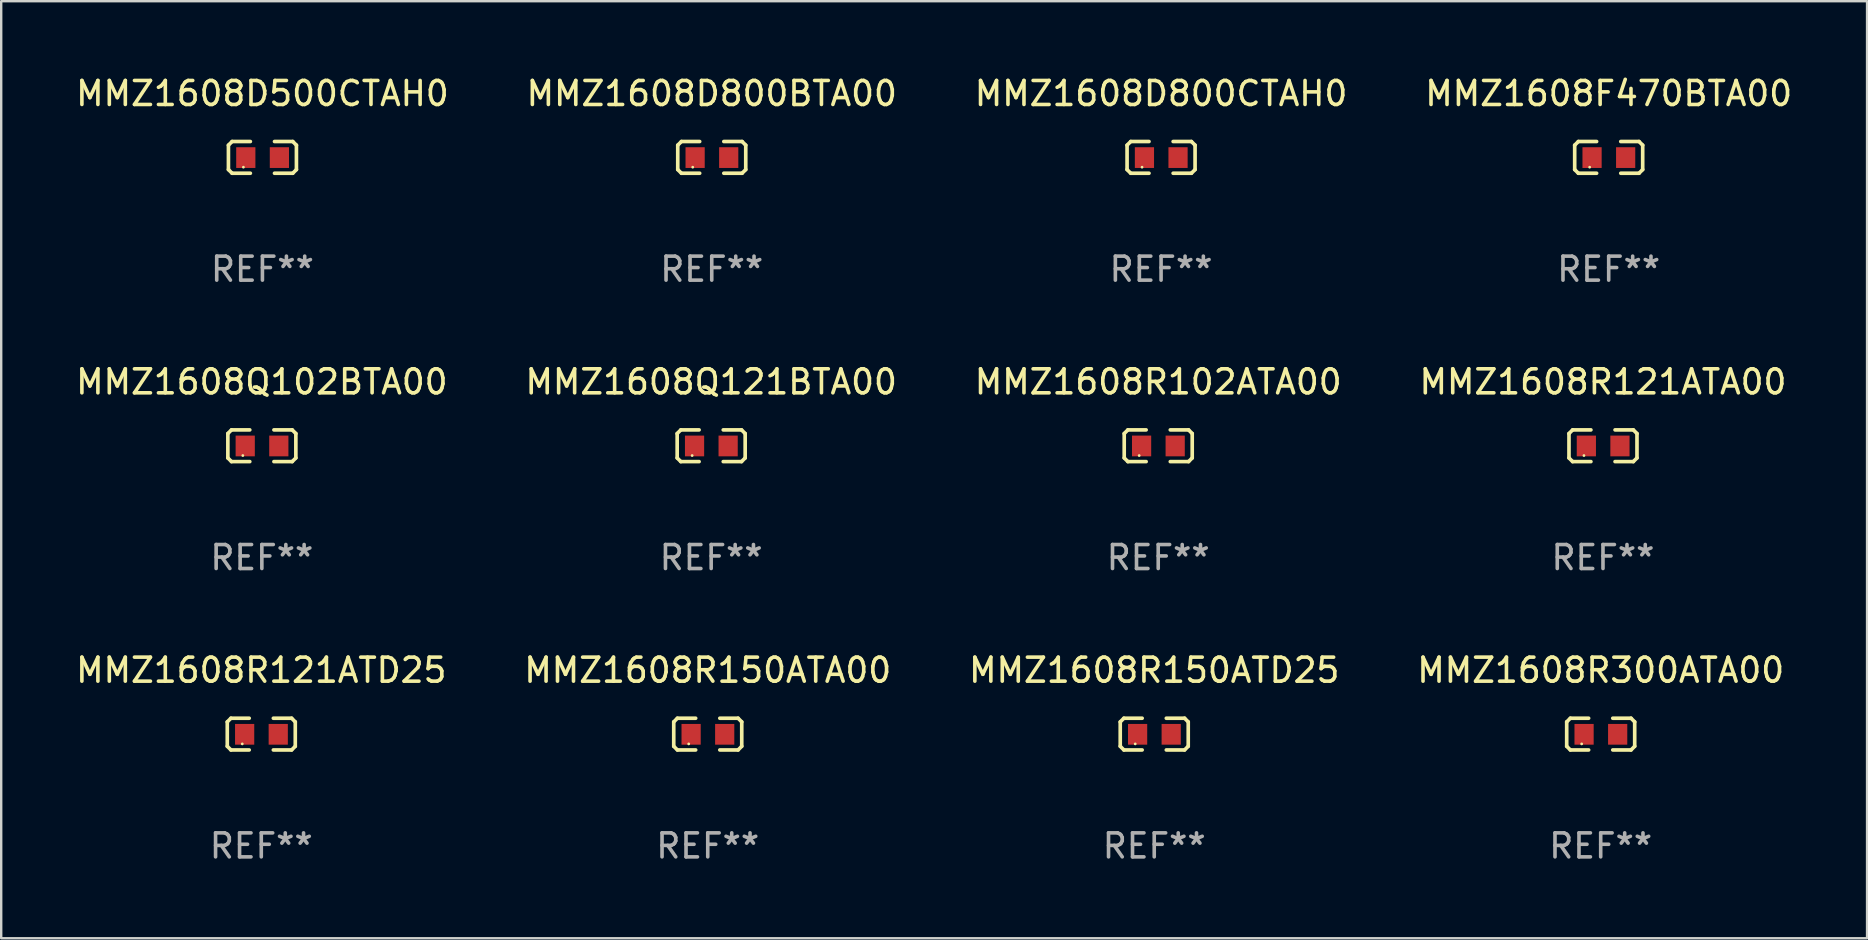
<source format=kicad_pcb>
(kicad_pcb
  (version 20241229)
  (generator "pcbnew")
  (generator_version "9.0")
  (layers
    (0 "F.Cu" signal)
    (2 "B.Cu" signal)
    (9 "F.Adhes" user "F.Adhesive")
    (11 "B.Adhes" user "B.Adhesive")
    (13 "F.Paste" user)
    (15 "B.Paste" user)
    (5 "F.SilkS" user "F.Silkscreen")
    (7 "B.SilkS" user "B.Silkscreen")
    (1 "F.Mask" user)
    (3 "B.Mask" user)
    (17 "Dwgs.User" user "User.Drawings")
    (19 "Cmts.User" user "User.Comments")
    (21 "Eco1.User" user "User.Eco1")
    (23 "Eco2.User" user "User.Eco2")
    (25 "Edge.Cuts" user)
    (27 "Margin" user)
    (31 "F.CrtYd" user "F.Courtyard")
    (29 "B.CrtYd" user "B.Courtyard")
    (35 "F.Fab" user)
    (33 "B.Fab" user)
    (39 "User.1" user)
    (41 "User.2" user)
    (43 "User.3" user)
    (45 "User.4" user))
  (footprint "MMZ1608R150ATA00"
    (layer "F.Cu")
    (at 26.446 27.544)
    (property "Reference" "MMZ1608R150ATA00" (at 0 -2.661 0) (layer "F.SilkS") (effects (font (size 1 1) (thickness 0.15))))
    (attr through_hole)
    (fp_line (start -1.417 -0.508) (end -1.265 -0.661) (stroke (width 0.152) (type solid)) (layer "F.SilkS"))
    (fp_line (start -1.417 0.508) (end -1.417 -0.508) (stroke (width 0.152) (type solid)) (layer "F.SilkS"))
    (fp_line (start -1.265 -0.661) (end -0.503 -0.661) (stroke (width 0.152) (type solid)) (layer "F.SilkS"))
    (fp_line (start -1.265 0.661) (end -1.417 0.508) (stroke (width 0.152) (type solid)) (layer "F.SilkS"))
    (fp_line (start -1.265 0.661) (end -0.503 0.661) (stroke (width 0.152) (type solid)) (layer "F.SilkS"))
    (fp_line (start 1.265 -0.661) (end 0.503 -0.661) (stroke (width 0.152) (type solid)) (layer "F.SilkS"))
    (fp_line (start 1.265 -0.661) (end 1.417 -0.508) (stroke (width 0.152) (type solid)) (layer "F.SilkS"))
    (fp_line (start 1.265 0.661) (end 0.503 0.661) (stroke (width 0.152) (type solid)) (layer "F.SilkS"))
    (fp_line (start 1.417 -0.508) (end 1.417 0.508) (stroke (width 0.152) (type solid)) (layer "F.SilkS"))
    (fp_line (start 1.417 0.508) (end 1.265 0.661) (stroke (width 0.152) (type solid)) (layer "F.SilkS"))
    (fp_circle (center -0.793 0.409) (end -0.763 0.409) (stroke (width 0.06) (type solid)) (fill no) (layer "F.SilkS"))
    (fp_text user "REF**" (at 0 4.661 0) (layer "F.Fab") (effects (font (size 1 1) (thickness 0.15))))
    (pad "1" smd rect (at -0.693 0.009 180) (size 0.8 0.864) (layers "F.Cu" "F.Mask" "F.Paste"))
    (pad "2" smd rect (at 0.707 0.009 180) (size 0.8 0.864) (layers "F.Cu" "F.Mask" "F.Paste")))
  (footprint "MMZ1608D800CTAH0"
    (layer "F.Cu")
    (at 45.339 3.509)
    (property "Reference" "MMZ1608D800CTAH0" (at 0 -2.661 0) (layer "F.SilkS") (effects (font (size 1 1) (thickness 0.15))))
    (attr through_hole)
    (fp_line (start -1.417 -0.508) (end -1.265 -0.661) (stroke (width 0.152) (type solid)) (layer "F.SilkS"))
    (fp_line (start -1.417 0.508) (end -1.417 -0.508) (stroke (width 0.152) (type solid)) (layer "F.SilkS"))
    (fp_line (start -1.265 -0.661) (end -0.503 -0.661) (stroke (width 0.152) (type solid)) (layer "F.SilkS"))
    (fp_line (start -1.265 0.661) (end -1.417 0.508) (stroke (width 0.152) (type solid)) (layer "F.SilkS"))
    (fp_line (start -1.265 0.661) (end -0.503 0.661) (stroke (width 0.152) (type solid)) (layer "F.SilkS"))
    (fp_line (start 1.265 -0.661) (end 0.503 -0.661) (stroke (width 0.152) (type solid)) (layer "F.SilkS"))
    (fp_line (start 1.265 -0.661) (end 1.417 -0.508) (stroke (width 0.152) (type solid)) (layer "F.SilkS"))
    (fp_line (start 1.265 0.661) (end 0.503 0.661) (stroke (width 0.152) (type solid)) (layer "F.SilkS"))
    (fp_line (start 1.417 -0.508) (end 1.417 0.508) (stroke (width 0.152) (type solid)) (layer "F.SilkS"))
    (fp_line (start 1.417 0.508) (end 1.265 0.661) (stroke (width 0.152) (type solid)) (layer "F.SilkS"))
    (fp_circle (center -0.793 0.409) (end -0.763 0.409) (stroke (width 0.06) (type solid)) (fill no) (layer "F.SilkS"))
    (fp_text user "REF**" (at 0 4.661 0) (layer "F.Fab") (effects (font (size 1 1) (thickness 0.15))))
    (pad "1" smd rect (at -0.693 0.009 180) (size 0.8 0.864) (layers "F.Cu" "F.Mask" "F.Paste"))
    (pad "2" smd rect (at 0.707 0.009 180) (size 0.8 0.864) (layers "F.Cu" "F.Mask" "F.Paste")))
  (footprint "MMZ1608Q102BTA00"
    (layer "F.Cu")
    (at 7.863 15.527)
    (property "Reference" "MMZ1608Q102BTA00" (at 0 -2.661 0) (layer "F.SilkS") (effects (font (size 1 1) (thickness 0.15))))
    (attr through_hole)
    (fp_line (start -1.417 -0.508) (end -1.265 -0.661) (stroke (width 0.152) (type solid)) (layer "F.SilkS"))
    (fp_line (start -1.417 0.508) (end -1.417 -0.508) (stroke (width 0.152) (type solid)) (layer "F.SilkS"))
    (fp_line (start -1.265 -0.661) (end -0.503 -0.661) (stroke (width 0.152) (type solid)) (layer "F.SilkS"))
    (fp_line (start -1.265 0.661) (end -1.417 0.508) (stroke (width 0.152) (type solid)) (layer "F.SilkS"))
    (fp_line (start -1.265 0.661) (end -0.503 0.661) (stroke (width 0.152) (type solid)) (layer "F.SilkS"))
    (fp_line (start 1.265 -0.661) (end 0.503 -0.661) (stroke (width 0.152) (type solid)) (layer "F.SilkS"))
    (fp_line (start 1.265 -0.661) (end 1.417 -0.508) (stroke (width 0.152) (type solid)) (layer "F.SilkS"))
    (fp_line (start 1.265 0.661) (end 0.503 0.661) (stroke (width 0.152) (type solid)) (layer "F.SilkS"))
    (fp_line (start 1.417 -0.508) (end 1.417 0.508) (stroke (width 0.152) (type solid)) (layer "F.SilkS"))
    (fp_line (start 1.417 0.508) (end 1.265 0.661) (stroke (width 0.152) (type solid)) (layer "F.SilkS"))
    (fp_circle (center -0.793 0.409) (end -0.763 0.409) (stroke (width 0.06) (type solid)) (fill no) (layer "F.SilkS"))
    (fp_text user "REF**" (at 0 4.661 0) (layer "F.Fab") (effects (font (size 1 1) (thickness 0.15))))
    (pad "1" smd rect (at -0.693 0.009 180) (size 0.8 0.864) (layers "F.Cu" "F.Mask" "F.Paste"))
    (pad "2" smd rect (at 0.707 0.009 180) (size 0.8 0.864) (layers "F.Cu" "F.Mask" "F.Paste")))
  (footprint "MMZ1608R121ATA00"
    (layer "F.Cu")
    (at 63.756 15.527)
    (property "Reference" "MMZ1608R121ATA00" (at 0 -2.661 0) (layer "F.SilkS") (effects (font (size 1 1) (thickness 0.15))))
    (attr through_hole)
    (fp_line (start -1.417 -0.508) (end -1.265 -0.661) (stroke (width 0.152) (type solid)) (layer "F.SilkS"))
    (fp_line (start -1.417 0.508) (end -1.417 -0.508) (stroke (width 0.152) (type solid)) (layer "F.SilkS"))
    (fp_line (start -1.265 -0.661) (end -0.503 -0.661) (stroke (width 0.152) (type solid)) (layer "F.SilkS"))
    (fp_line (start -1.265 0.661) (end -1.417 0.508) (stroke (width 0.152) (type solid)) (layer "F.SilkS"))
    (fp_line (start -1.265 0.661) (end -0.503 0.661) (stroke (width 0.152) (type solid)) (layer "F.SilkS"))
    (fp_line (start 1.265 -0.661) (end 0.503 -0.661) (stroke (width 0.152) (type solid)) (layer "F.SilkS"))
    (fp_line (start 1.265 -0.661) (end 1.417 -0.508) (stroke (width 0.152) (type solid)) (layer "F.SilkS"))
    (fp_line (start 1.265 0.661) (end 0.503 0.661) (stroke (width 0.152) (type solid)) (layer "F.SilkS"))
    (fp_line (start 1.417 -0.508) (end 1.417 0.508) (stroke (width 0.152) (type solid)) (layer "F.SilkS"))
    (fp_line (start 1.417 0.508) (end 1.265 0.661) (stroke (width 0.152) (type solid)) (layer "F.SilkS"))
    (fp_circle (center -0.793 0.409) (end -0.763 0.409) (stroke (width 0.06) (type solid)) (fill no) (layer "F.SilkS"))
    (fp_text user "REF**" (at 0 4.661 0) (layer "F.Fab") (effects (font (size 1 1) (thickness 0.15))))
    (pad "1" smd rect (at -0.693 0.009 180) (size 0.8 0.864) (layers "F.Cu" "F.Mask" "F.Paste"))
    (pad "2" smd rect (at 0.707 0.009 180) (size 0.8 0.864) (layers "F.Cu" "F.Mask" "F.Paste")))
  (footprint "MMZ1608D800BTA00"
    (layer "F.Cu")
    (at 26.613 3.509)
    (property "Reference" "MMZ1608D800BTA00" (at 0 -2.661 0) (layer "F.SilkS") (effects (font (size 1 1) (thickness 0.15))))
    (attr through_hole)
    (fp_line (start -1.417 -0.508) (end -1.265 -0.661) (stroke (width 0.152) (type solid)) (layer "F.SilkS"))
    (fp_line (start -1.417 0.508) (end -1.417 -0.508) (stroke (width 0.152) (type solid)) (layer "F.SilkS"))
    (fp_line (start -1.265 -0.661) (end -0.503 -0.661) (stroke (width 0.152) (type solid)) (layer "F.SilkS"))
    (fp_line (start -1.265 0.661) (end -1.417 0.508) (stroke (width 0.152) (type solid)) (layer "F.SilkS"))
    (fp_line (start -1.265 0.661) (end -0.503 0.661) (stroke (width 0.152) (type solid)) (layer "F.SilkS"))
    (fp_line (start 1.265 -0.661) (end 0.503 -0.661) (stroke (width 0.152) (type solid)) (layer "F.SilkS"))
    (fp_line (start 1.265 -0.661) (end 1.417 -0.508) (stroke (width 0.152) (type solid)) (layer "F.SilkS"))
    (fp_line (start 1.265 0.661) (end 0.503 0.661) (stroke (width 0.152) (type solid)) (layer "F.SilkS"))
    (fp_line (start 1.417 -0.508) (end 1.417 0.508) (stroke (width 0.152) (type solid)) (layer "F.SilkS"))
    (fp_line (start 1.417 0.508) (end 1.265 0.661) (stroke (width 0.152) (type solid)) (layer "F.SilkS"))
    (fp_circle (center -0.793 0.409) (end -0.763 0.409) (stroke (width 0.06) (type solid)) (fill no) (layer "F.SilkS"))
    (fp_text user "REF**" (at 0 4.661 0) (layer "F.Fab") (effects (font (size 1 1) (thickness 0.15))))
    (pad "1" smd rect (at -0.693 0.009 180) (size 0.8 0.864) (layers "F.Cu" "F.Mask" "F.Paste"))
    (pad "2" smd rect (at 0.707 0.009 180) (size 0.8 0.864) (layers "F.Cu" "F.Mask" "F.Paste")))
  (footprint "MMZ1608F470BTA00"
    (layer "F.Cu")
    (at 63.994 3.509)
    (property "Reference" "MMZ1608F470BTA00" (at 0 -2.661 0) (layer "F.SilkS") (effects (font (size 1 1) (thickness 0.15))))
    (attr through_hole)
    (fp_line (start -1.417 -0.508) (end -1.265 -0.661) (stroke (width 0.152) (type solid)) (layer "F.SilkS"))
    (fp_line (start -1.417 0.508) (end -1.417 -0.508) (stroke (width 0.152) (type solid)) (layer "F.SilkS"))
    (fp_line (start -1.265 -0.661) (end -0.503 -0.661) (stroke (width 0.152) (type solid)) (layer "F.SilkS"))
    (fp_line (start -1.265 0.661) (end -1.417 0.508) (stroke (width 0.152) (type solid)) (layer "F.SilkS"))
    (fp_line (start -1.265 0.661) (end -0.503 0.661) (stroke (width 0.152) (type solid)) (layer "F.SilkS"))
    (fp_line (start 1.265 -0.661) (end 0.503 -0.661) (stroke (width 0.152) (type solid)) (layer "F.SilkS"))
    (fp_line (start 1.265 -0.661) (end 1.417 -0.508) (stroke (width 0.152) (type solid)) (layer "F.SilkS"))
    (fp_line (start 1.265 0.661) (end 0.503 0.661) (stroke (width 0.152) (type solid)) (layer "F.SilkS"))
    (fp_line (start 1.417 -0.508) (end 1.417 0.508) (stroke (width 0.152) (type solid)) (layer "F.SilkS"))
    (fp_line (start 1.417 0.508) (end 1.265 0.661) (stroke (width 0.152) (type solid)) (layer "F.SilkS"))
    (fp_circle (center -0.793 0.409) (end -0.763 0.409) (stroke (width 0.06) (type solid)) (fill no) (layer "F.SilkS"))
    (fp_text user "REF**" (at 0 4.661 0) (layer "F.Fab") (effects (font (size 1 1) (thickness 0.15))))
    (pad "1" smd rect (at -0.693 0.009 180) (size 0.8 0.864) (layers "F.Cu" "F.Mask" "F.Paste"))
    (pad "2" smd rect (at 0.707 0.009 180) (size 0.8 0.864) (layers "F.Cu" "F.Mask" "F.Paste")))
  (footprint "MMZ1608R102ATA00"
    (layer "F.Cu")
    (at 45.22 15.527)
    (property "Reference" "MMZ1608R102ATA00" (at 0 -2.661 0) (layer "F.SilkS") (effects (font (size 1 1) (thickness 0.15))))
    (attr through_hole)
    (fp_line (start -1.417 -0.508) (end -1.265 -0.661) (stroke (width 0.152) (type solid)) (layer "F.SilkS"))
    (fp_line (start -1.417 0.508) (end -1.417 -0.508) (stroke (width 0.152) (type solid)) (layer "F.SilkS"))
    (fp_line (start -1.265 -0.661) (end -0.503 -0.661) (stroke (width 0.152) (type solid)) (layer "F.SilkS"))
    (fp_line (start -1.265 0.661) (end -1.417 0.508) (stroke (width 0.152) (type solid)) (layer "F.SilkS"))
    (fp_line (start -1.265 0.661) (end -0.503 0.661) (stroke (width 0.152) (type solid)) (layer "F.SilkS"))
    (fp_line (start 1.265 -0.661) (end 0.503 -0.661) (stroke (width 0.152) (type solid)) (layer "F.SilkS"))
    (fp_line (start 1.265 -0.661) (end 1.417 -0.508) (stroke (width 0.152) (type solid)) (layer "F.SilkS"))
    (fp_line (start 1.265 0.661) (end 0.503 0.661) (stroke (width 0.152) (type solid)) (layer "F.SilkS"))
    (fp_line (start 1.417 -0.508) (end 1.417 0.508) (stroke (width 0.152) (type solid)) (layer "F.SilkS"))
    (fp_line (start 1.417 0.508) (end 1.265 0.661) (stroke (width 0.152) (type solid)) (layer "F.SilkS"))
    (fp_circle (center -0.793 0.409) (end -0.763 0.409) (stroke (width 0.06) (type solid)) (fill no) (layer "F.SilkS"))
    (fp_text user "REF**" (at 0 4.661 0) (layer "F.Fab") (effects (font (size 1 1) (thickness 0.15))))
    (pad "1" smd rect (at -0.693 0.009 180) (size 0.8 0.864) (layers "F.Cu" "F.Mask" "F.Paste"))
    (pad "2" smd rect (at 0.707 0.009 180) (size 0.8 0.864) (layers "F.Cu" "F.Mask" "F.Paste")))
  (footprint "MMZ1608R150ATD25"
    (layer "F.Cu")
    (at 45.054 27.544)
    (property "Reference" "MMZ1608R150ATD25" (at 0 -2.661 0) (layer "F.SilkS") (effects (font (size 1 1) (thickness 0.15))))
    (attr through_hole)
    (fp_line (start -1.417 -0.508) (end -1.265 -0.661) (stroke (width 0.152) (type solid)) (layer "F.SilkS"))
    (fp_line (start -1.417 0.508) (end -1.417 -0.508) (stroke (width 0.152) (type solid)) (layer "F.SilkS"))
    (fp_line (start -1.265 -0.661) (end -0.503 -0.661) (stroke (width 0.152) (type solid)) (layer "F.SilkS"))
    (fp_line (start -1.265 0.661) (end -1.417 0.508) (stroke (width 0.152) (type solid)) (layer "F.SilkS"))
    (fp_line (start -1.265 0.661) (end -0.503 0.661) (stroke (width 0.152) (type solid)) (layer "F.SilkS"))
    (fp_line (start 1.265 -0.661) (end 0.503 -0.661) (stroke (width 0.152) (type solid)) (layer "F.SilkS"))
    (fp_line (start 1.265 -0.661) (end 1.417 -0.508) (stroke (width 0.152) (type solid)) (layer "F.SilkS"))
    (fp_line (start 1.265 0.661) (end 0.503 0.661) (stroke (width 0.152) (type solid)) (layer "F.SilkS"))
    (fp_line (start 1.417 -0.508) (end 1.417 0.508) (stroke (width 0.152) (type solid)) (layer "F.SilkS"))
    (fp_line (start 1.417 0.508) (end 1.265 0.661) (stroke (width 0.152) (type solid)) (layer "F.SilkS"))
    (fp_circle (center -0.793 0.409) (end -0.763 0.409) (stroke (width 0.06) (type solid)) (fill no) (layer "F.SilkS"))
    (fp_text user "REF**" (at 0 4.661 0) (layer "F.Fab") (effects (font (size 1 1) (thickness 0.15))))
    (pad "1" smd rect (at -0.693 0.009 180) (size 0.8 0.864) (layers "F.Cu" "F.Mask" "F.Paste"))
    (pad "2" smd rect (at 0.707 0.009 180) (size 0.8 0.864) (layers "F.Cu" "F.Mask" "F.Paste")))
  (footprint "MMZ1608Q121BTA00"
    (layer "F.Cu")
    (at 26.589 15.527)
    (property "Reference" "MMZ1608Q121BTA00" (at 0 -2.661 0) (layer "F.SilkS") (effects (font (size 1 1) (thickness 0.15))))
    (attr through_hole)
    (fp_line (start -1.417 -0.508) (end -1.265 -0.661) (stroke (width 0.152) (type solid)) (layer "F.SilkS"))
    (fp_line (start -1.417 0.508) (end -1.417 -0.508) (stroke (width 0.152) (type solid)) (layer "F.SilkS"))
    (fp_line (start -1.265 -0.661) (end -0.503 -0.661) (stroke (width 0.152) (type solid)) (layer "F.SilkS"))
    (fp_line (start -1.265 0.661) (end -1.417 0.508) (stroke (width 0.152) (type solid)) (layer "F.SilkS"))
    (fp_line (start -1.265 0.661) (end -0.503 0.661) (stroke (width 0.152) (type solid)) (layer "F.SilkS"))
    (fp_line (start 1.265 -0.661) (end 0.503 -0.661) (stroke (width 0.152) (type solid)) (layer "F.SilkS"))
    (fp_line (start 1.265 -0.661) (end 1.417 -0.508) (stroke (width 0.152) (type solid)) (layer "F.SilkS"))
    (fp_line (start 1.265 0.661) (end 0.503 0.661) (stroke (width 0.152) (type solid)) (layer "F.SilkS"))
    (fp_line (start 1.417 -0.508) (end 1.417 0.508) (stroke (width 0.152) (type solid)) (layer "F.SilkS"))
    (fp_line (start 1.417 0.508) (end 1.265 0.661) (stroke (width 0.152) (type solid)) (layer "F.SilkS"))
    (fp_circle (center -0.793 0.409) (end -0.763 0.409) (stroke (width 0.06) (type solid)) (fill no) (layer "F.SilkS"))
    (fp_text user "REF**" (at 0 4.661 0) (layer "F.Fab") (effects (font (size 1 1) (thickness 0.15))))
    (pad "1" smd rect (at -0.693 0.009 180) (size 0.8 0.864) (layers "F.Cu" "F.Mask" "F.Paste"))
    (pad "2" smd rect (at 0.707 0.009 180) (size 0.8 0.864) (layers "F.Cu" "F.Mask" "F.Paste")))
  (footprint "MMZ1608D500CTAH0"
    (layer "F.Cu")
    (at 7.887 3.509)
    (property "Reference" "MMZ1608D500CTAH0" (at 0 -2.661 0) (layer "F.SilkS") (effects (font (size 1 1) (thickness 0.15))))
    (attr through_hole)
    (fp_line (start -1.417 -0.508) (end -1.265 -0.661) (stroke (width 0.152) (type solid)) (layer "F.SilkS"))
    (fp_line (start -1.417 0.508) (end -1.417 -0.508) (stroke (width 0.152) (type solid)) (layer "F.SilkS"))
    (fp_line (start -1.265 -0.661) (end -0.503 -0.661) (stroke (width 0.152) (type solid)) (layer "F.SilkS"))
    (fp_line (start -1.265 0.661) (end -1.417 0.508) (stroke (width 0.152) (type solid)) (layer "F.SilkS"))
    (fp_line (start -1.265 0.661) (end -0.503 0.661) (stroke (width 0.152) (type solid)) (layer "F.SilkS"))
    (fp_line (start 1.265 -0.661) (end 0.503 -0.661) (stroke (width 0.152) (type solid)) (layer "F.SilkS"))
    (fp_line (start 1.265 -0.661) (end 1.417 -0.508) (stroke (width 0.152) (type solid)) (layer "F.SilkS"))
    (fp_line (start 1.265 0.661) (end 0.503 0.661) (stroke (width 0.152) (type solid)) (layer "F.SilkS"))
    (fp_line (start 1.417 -0.508) (end 1.417 0.508) (stroke (width 0.152) (type solid)) (layer "F.SilkS"))
    (fp_line (start 1.417 0.508) (end 1.265 0.661) (stroke (width 0.152) (type solid)) (layer "F.SilkS"))
    (fp_circle (center -0.793 0.409) (end -0.763 0.409) (stroke (width 0.06) (type solid)) (fill no) (layer "F.SilkS"))
    (fp_text user "REF**" (at 0 4.661 0) (layer "F.Fab") (effects (font (size 1 1) (thickness 0.15))))
    (pad "1" smd rect (at -0.693 0.009 180) (size 0.8 0.864) (layers "F.Cu" "F.Mask" "F.Paste"))
    (pad "2" smd rect (at 0.707 0.009 180) (size 0.8 0.864) (layers "F.Cu" "F.Mask" "F.Paste")))
  (footprint "MMZ1608R300ATA00"
    (layer "F.Cu")
    (at 63.661 27.544)
    (property "Reference" "MMZ1608R300ATA00" (at 0 -2.661 0) (layer "F.SilkS") (effects (font (size 1 1) (thickness 0.15))))
    (attr through_hole)
    (fp_line (start -1.417 -0.508) (end -1.265 -0.661) (stroke (width 0.152) (type solid)) (layer "F.SilkS"))
    (fp_line (start -1.417 0.508) (end -1.417 -0.508) (stroke (width 0.152) (type solid)) (layer "F.SilkS"))
    (fp_line (start -1.265 -0.661) (end -0.503 -0.661) (stroke (width 0.152) (type solid)) (layer "F.SilkS"))
    (fp_line (start -1.265 0.661) (end -1.417 0.508) (stroke (width 0.152) (type solid)) (layer "F.SilkS"))
    (fp_line (start -1.265 0.661) (end -0.503 0.661) (stroke (width 0.152) (type solid)) (layer "F.SilkS"))
    (fp_line (start 1.265 -0.661) (end 0.503 -0.661) (stroke (width 0.152) (type solid)) (layer "F.SilkS"))
    (fp_line (start 1.265 -0.661) (end 1.417 -0.508) (stroke (width 0.152) (type solid)) (layer "F.SilkS"))
    (fp_line (start 1.265 0.661) (end 0.503 0.661) (stroke (width 0.152) (type solid)) (layer "F.SilkS"))
    (fp_line (start 1.417 -0.508) (end 1.417 0.508) (stroke (width 0.152) (type solid)) (layer "F.SilkS"))
    (fp_line (start 1.417 0.508) (end 1.265 0.661) (stroke (width 0.152) (type solid)) (layer "F.SilkS"))
    (fp_circle (center -0.793 0.409) (end -0.763 0.409) (stroke (width 0.06) (type solid)) (fill no) (layer "F.SilkS"))
    (fp_text user "REF**" (at 0 4.661 0) (layer "F.Fab") (effects (font (size 1 1) (thickness 0.15))))
    (pad "1" smd rect (at -0.693 0.009 180) (size 0.8 0.864) (layers "F.Cu" "F.Mask" "F.Paste"))
    (pad "2" smd rect (at 0.707 0.009 180) (size 0.8 0.864) (layers "F.Cu" "F.Mask" "F.Paste")))
  (footprint "MMZ1608R121ATD25"
    (layer "F.Cu")
    (at 7.839 27.544)
    (property "Reference" "MMZ1608R121ATD25" (at 0 -2.661 0) (layer "F.SilkS") (effects (font (size 1 1) (thickness 0.15))))
    (attr through_hole)
    (fp_line (start -1.417 -0.508) (end -1.265 -0.661) (stroke (width 0.152) (type solid)) (layer "F.SilkS"))
    (fp_line (start -1.417 0.508) (end -1.417 -0.508) (stroke (width 0.152) (type solid)) (layer "F.SilkS"))
    (fp_line (start -1.265 -0.661) (end -0.503 -0.661) (stroke (width 0.152) (type solid)) (layer "F.SilkS"))
    (fp_line (start -1.265 0.661) (end -1.417 0.508) (stroke (width 0.152) (type solid)) (layer "F.SilkS"))
    (fp_line (start -1.265 0.661) (end -0.503 0.661) (stroke (width 0.152) (type solid)) (layer "F.SilkS"))
    (fp_line (start 1.265 -0.661) (end 0.503 -0.661) (stroke (width 0.152) (type solid)) (layer "F.SilkS"))
    (fp_line (start 1.265 -0.661) (end 1.417 -0.508) (stroke (width 0.152) (type solid)) (layer "F.SilkS"))
    (fp_line (start 1.265 0.661) (end 0.503 0.661) (stroke (width 0.152) (type solid)) (layer "F.SilkS"))
    (fp_line (start 1.417 -0.508) (end 1.417 0.508) (stroke (width 0.152) (type solid)) (layer "F.SilkS"))
    (fp_line (start 1.417 0.508) (end 1.265 0.661) (stroke (width 0.152) (type solid)) (layer "F.SilkS"))
    (fp_circle (center -0.793 0.409) (end -0.763 0.409) (stroke (width 0.06) (type solid)) (fill no) (layer "F.SilkS"))
    (fp_text user "REF**" (at 0 4.661 0) (layer "F.Fab") (effects (font (size 1 1) (thickness 0.15))))
    (pad "1" smd rect (at -0.693 0.009 180) (size 0.8 0.864) (layers "F.Cu" "F.Mask" "F.Paste"))
    (pad "2" smd rect (at 0.707 0.009 180) (size 0.8 0.864) (layers "F.Cu" "F.Mask" "F.Paste")))
  (gr_rect
    (start -3 -3)
    (end 74.762 36.053)
    (stroke (width 0.1) (type default))
    (fill no)
    (layer "Edge.Cuts")))
</source>
